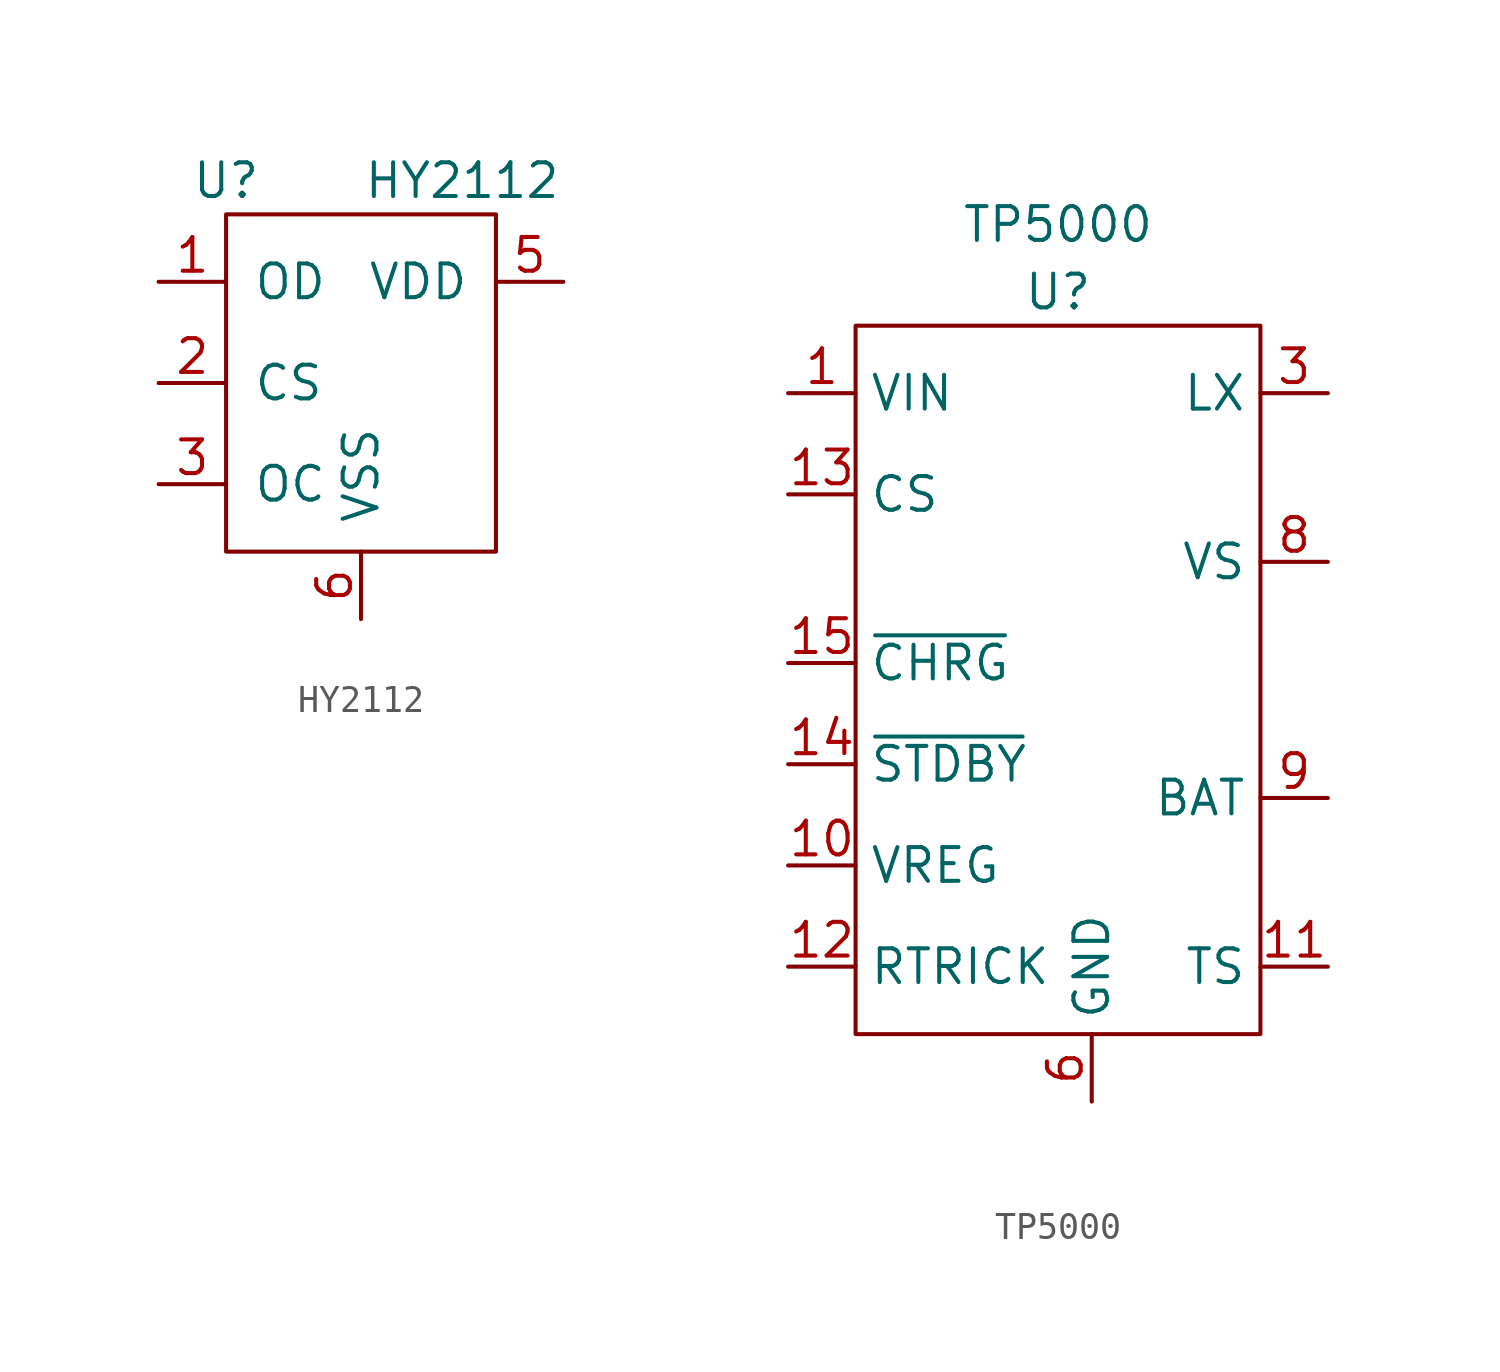
<source format=kicad_sym>
(kicad_symbol_lib
  (version 20211014)
  (generator kicad_symbol_editor)
  (symbol "HY2112"
    (pin_names
      (offset 1.016))
    (property "Reference" "U"
      (at -5.08 7.62 0)
      (effects (font (size 1.27 1.27))))
    (property "Value" "HY2112"
      (at 3.81 7.62 0)
      (effects (font (size 1.27 1.27))))
    (symbol "HY2112_0_1"
      (rectangle (start -5.08 6.35) (end 5.08 -6.35) (stroke (width 0) (type default) (color 0 0 0 0)) (fill (type none))))
    (symbol "HY2112_1_1"
      (pin output line (at -7.62 3.81 0) (length 2.54) (name "OD" (effects (font (size 1.27 1.27)))) (number "1" (effects (font (size 1.27 1.27)))))
      (pin input line (at -7.62 0 0) (length 2.54) (name "CS" (effects (font (size 1.27 1.27)))) (number "2" (effects (font (size 1.27 1.27)))))
      (pin output line (at -7.62 -3.81 0) (length 2.54) (name "OC" (effects (font (size 1.27 1.27)))) (number "3" (effects (font (size 1.27 1.27)))))
      (pin no_connect line (at 7.62 -3.81 180) (length 2.54) hide (name "NC" (effects (font (size 1.27 1.27)))) (number "4" (effects (font (size 1.27 1.27)))))
      (pin power_in line (at 7.62 3.81 180) (length 2.54) (name "VDD" (effects (font (size 1.27 1.27)))) (number "5" (effects (font (size 1.27 1.27)))))
      (pin power_in line (at 0 -8.89 90) (length 2.54) (name "VSS" (effects (font (size 1.27 1.27)))) (number "6" (effects (font (size 1.27 1.27)))))))
  (symbol "TP5000"
    (property "Reference" "U"
      (at 0 13.97 0)
      (effects (font (size 1.27 1.27))))
    (property "Value" "TP5000"
      (at 0 16.51 0)
      (effects (font (size 1.27 1.27))))
    (symbol "TP5000_0_1"
      (rectangle (start -7.62 12.7) (end 7.62 -13.97) (stroke (width 0.152) (type default) (color 0 0 0 0)) (fill (type none))))
    (symbol "TP5000_1_1"
      (pin power_in line (at -10.16 10.16 0) (length 2.54) (name "VIN" (effects (font (size 1.27 1.27)))) (number "1" (effects (font (size 1.27 1.27)))))
      (pin passive line (at -10.16 -7.62 0) (length 2.54) (name "VREG" (effects (font (size 1.27 1.27)))) (number "10" (effects (font (size 1.27 1.27)))))
      (pin input line (at 10.16 -11.43 180) (length 2.54) (name "TS" (effects (font (size 1.27 1.27)))) (number "11" (effects (font (size 1.27 1.27)))))
      (pin input line (at -10.16 -11.43 0) (length 2.54) (name "RTRICK" (effects (font (size 1.27 1.27)))) (number "12" (effects (font (size 1.27 1.27)))))
      (pin input line (at -10.16 6.35 0) (length 2.54) (name "CS" (effects (font (size 1.27 1.27)))) (number "13" (effects (font (size 1.27 1.27)))))
      (pin input line (at -10.16 -3.81 0) (length 2.54) (name "~{STDBY}" (effects (font (size 1.27 1.27)))) (number "14" (effects (font (size 1.27 1.27)))))
      (pin input line (at -10.16 0 0) (length 2.54) (name "~{CHRG}" (effects (font (size 1.27 1.27)))) (number "15" (effects (font (size 1.27 1.27)))))
      (pin passive line (at -10.16 10.16 0) (length 2.54) hide (name "VIN" (effects (font (size 1.27 1.27)))) (number "16" (effects (font (size 1.27 1.27)))))
      (pin no_connect line (at 3.81 -16.51 90) (length 2.54) hide (name "NC" (effects (font (size 1.27 1.27)))) (number "17" (effects (font (size 1.27 1.27)))))
      (pin passive line (at -10.16 10.16 0) (length 2.54) hide (name "VIN" (effects (font (size 1.27 1.27)))) (number "2" (effects (font (size 1.27 1.27)))))
      (pin power_out line (at 10.16 10.16 180) (length 2.54) (name "LX" (effects (font (size 1.27 1.27)))) (number "3" (effects (font (size 1.27 1.27)))))
      (pin passive line (at 10.16 10.16 180) (length 2.54) hide (name "LX" (effects (font (size 1.27 1.27)))) (number "4" (effects (font (size 1.27 1.27)))))
      (pin passive line (at 10.16 10.16 180) (length 2.54) hide (name "LX" (effects (font (size 1.27 1.27)))) (number "5" (effects (font (size 1.27 1.27)))))
      (pin power_in line (at 1.27 -16.51 90) (length 2.54) (name "GND" (effects (font (size 1.27 1.27)))) (number "6" (effects (font (size 1.27 1.27)))))
      (pin power_in line (at 1.27 -16.51 90) (length 2.54) hide (name "GND" (effects (font (size 1.27 1.27)))) (number "7" (effects (font (size 1.27 1.27)))))
      (pin input line (at 10.16 3.81 180) (length 2.54) (name "VS" (effects (font (size 1.27 1.27)))) (number "8" (effects (font (size 1.27 1.27)))))
      (pin input line (at 10.16 -5.08 180) (length 2.54) (name "BAT" (effects (font (size 1.27 1.27)))) (number "9" (effects (font (size 1.27 1.27))))))))
</source>
